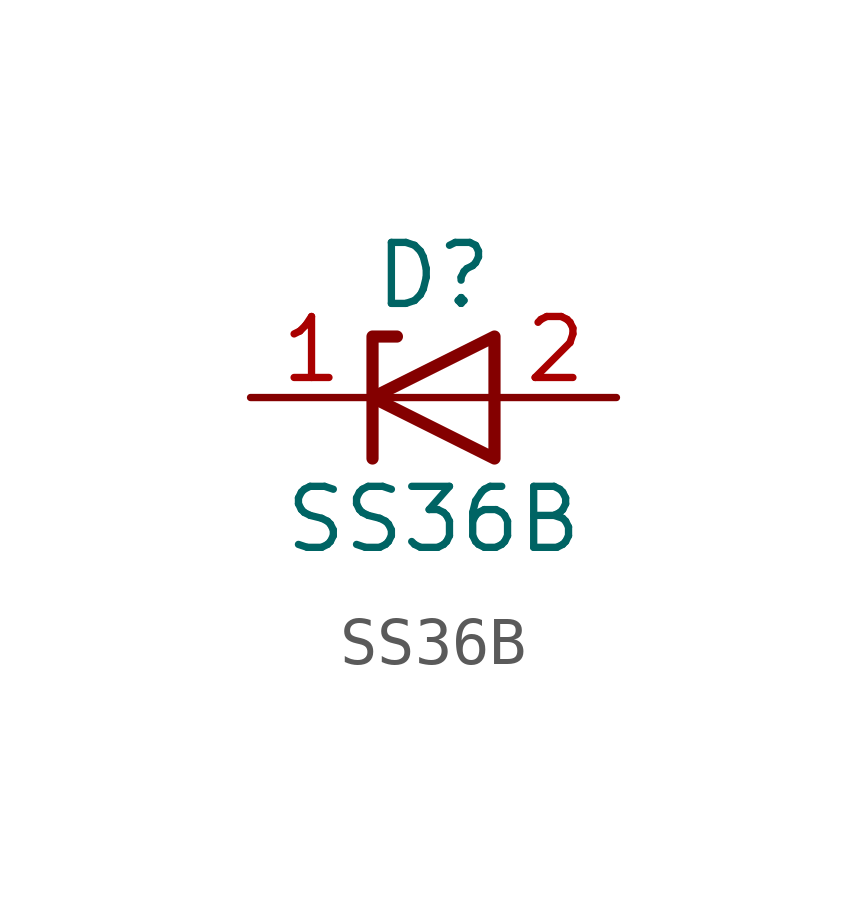
<source format=kicad_sym>
(kicad_symbol_lib
  (version 20211014)
  (generator kicad_symbol_editor)
  (symbol "SS36B"
    (pin_names hide)
    (property "Reference" "D"
      (at 0 2.54 0)
      (effects (font (size 1.27 1.27))))
    (property "Value" "SS36B"
      (at 0 -2.54 0)
      (effects (font (size 1.27 1.27))))
    (symbol "SS36B_0_1"
      (polyline (pts (xy 1.27 0) (xy -1.27 0)) (stroke (width 0) (type default) (color 0 0 0 0)) (fill (type none)))
      (polyline (pts (xy -1.27 -1.27) (xy -1.27 1.27) (xy -0.762 1.27)) (stroke (width 0.254) (type default) (color 0 0 0 0)) (fill (type none)))
      (polyline (pts (xy 1.27 -1.27) (xy 1.27 1.27) (xy -1.27 0) (xy 1.27 -1.27)) (stroke (width 0.254) (type default) (color 0 0 0 0)) (fill (type none))))
    (symbol "SS36B_1_1"
      (pin passive line (at -3.81 0 0) (length 2.54) (name "K" (effects (font (size 1.27 1.27)))) (number "1" (effects (font (size 1.27 1.27)))))
      (pin passive line (at 3.81 0 180) (length 2.54) (name "A" (effects (font (size 1.27 1.27)))) (number "2" (effects (font (size 1.27 1.27))))))))
</source>
